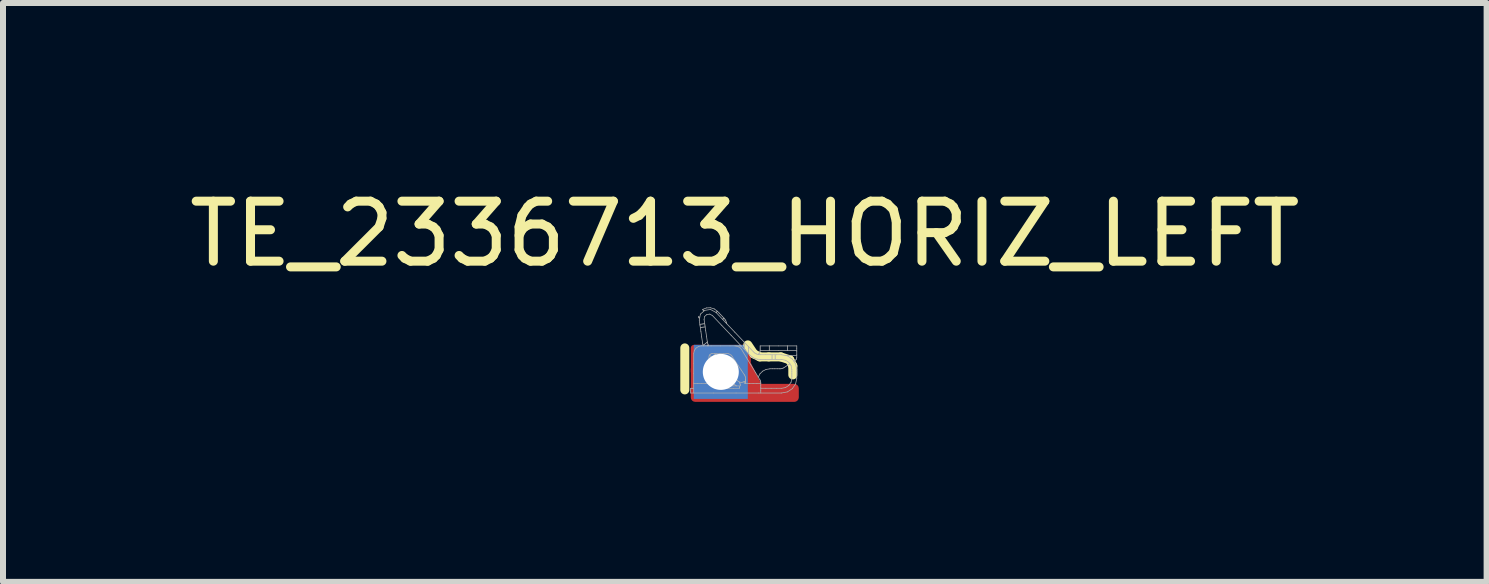
<source format=kicad_pcb>
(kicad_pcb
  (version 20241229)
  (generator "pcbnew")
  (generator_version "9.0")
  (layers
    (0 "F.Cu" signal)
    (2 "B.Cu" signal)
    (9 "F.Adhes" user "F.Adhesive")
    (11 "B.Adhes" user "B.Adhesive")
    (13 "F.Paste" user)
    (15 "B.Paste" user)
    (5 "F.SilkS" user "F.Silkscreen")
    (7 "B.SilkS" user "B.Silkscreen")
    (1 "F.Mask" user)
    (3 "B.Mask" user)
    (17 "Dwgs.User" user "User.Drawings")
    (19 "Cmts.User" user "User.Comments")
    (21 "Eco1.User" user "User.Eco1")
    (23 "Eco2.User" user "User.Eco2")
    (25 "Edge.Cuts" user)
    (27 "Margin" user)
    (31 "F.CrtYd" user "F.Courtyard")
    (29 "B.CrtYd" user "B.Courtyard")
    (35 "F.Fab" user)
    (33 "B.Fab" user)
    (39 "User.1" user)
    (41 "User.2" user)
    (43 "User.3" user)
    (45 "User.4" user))
  (footprint "TE_2336713_HORIZ_LEFT"
    (layer "F.Cu")
    (at 9.363 3.048)
    (property "Reference" "TE_2336713_HORIZ_LEFT" (at 0 -2.2 0) (layer "F.SilkS") (effects (font (size 1 1) (thickness 0.15))))
    (attr through_hole)
    (fp_line (start -1 -0.3) (end -1 0.4) (stroke (width 0.15) (type solid)) (layer "F.SilkS"))
    (fp_line (start 0.15 -0.2) (end 0.05 -0.35) (stroke (width 0.15) (type solid)) (layer "F.SilkS"))
    (fp_line (start 0.25 -0.15) (end 0.15 -0.2) (stroke (width 0.15) (type solid)) (layer "F.SilkS"))
    (fp_line (start 0.4 -0.15) (end 0.25 -0.15) (stroke (width 0.15) (type solid)) (layer "F.SilkS"))
    (fp_line (start 0.6 -0.15) (end 0.4 -0.15) (stroke (width 0.15) (type solid)) (layer "F.SilkS"))
    (fp_line (start 0.75 -0.1) (end 0.6 -0.15) (stroke (width 0.15) (type solid)) (layer "F.SilkS"))
    (fp_line (start 0.8 0) (end 0.75 -0.1) (stroke (width 0.15) (type solid)) (layer "F.SilkS"))
    (fp_line (start 0.8 0.15) (end 0.8 0) (stroke (width 0.15) (type solid)) (layer "F.SilkS"))
    (fp_line (start -0.903 0.373) (end -0.903 0.393) (stroke (width 0.012) (type solid)) (layer "F.Fab"))
    (fp_line (start -0.903 0.393) (end -0.903 0.413) (stroke (width 0.012) (type solid)) (layer "F.Fab"))
    (fp_line (start -0.903 0.413) (end -0.903 0.432) (stroke (width 0.012) (type solid)) (layer "F.Fab"))
    (fp_line (start -0.903 0.432) (end -0.903 0.452) (stroke (width 0.012) (type solid)) (layer "F.Fab"))
    (fp_line (start -0.89 0.373) (end -0.903 0.373) (stroke (width 0.012) (type solid)) (layer "F.Fab"))
    (fp_line (start -0.878 0.373) (end -0.89 0.373) (stroke (width 0.012) (type solid)) (layer "F.Fab"))
    (fp_line (start -0.865 0.373) (end -0.878 0.373) (stroke (width 0.012) (type solid)) (layer "F.Fab"))
    (fp_line (start -0.852 -0.041) (end -0.852 -0.206) (stroke (width 0.012) (type solid)) (layer "F.Fab"))
    (fp_line (start -0.852 0.123) (end -0.852 -0.041) (stroke (width 0.012) (type solid)) (layer "F.Fab"))
    (fp_line (start -0.852 0.287) (end -0.852 0.123) (stroke (width 0.012) (type solid)) (layer "F.Fab"))
    (fp_line (start -0.852 0.452) (end -0.852 0.287) (stroke (width 0.012) (type solid)) (layer "F.Fab"))
    (fp_line (start -0.852 0.294) (end -0.788 0.294) (stroke (width 0.012) (type solid)) (layer "F.Fab"))
    (fp_line (start -0.852 0.373) (end -0.865 0.373) (stroke (width 0.012) (type solid)) (layer "F.Fab"))
    (fp_line (start -0.852 -0.206) (end -0.842 -0.256) (stroke (width 0.012) (type solid)) (layer "F.Fab"))
    (fp_line (start -0.842 -0.256) (end -0.814 -0.296) (stroke (width 0.012) (type solid)) (layer "F.Fab"))
    (fp_line (start -0.814 -0.296) (end -0.771 -0.324) (stroke (width 0.012) (type solid)) (layer "F.Fab"))
    (fp_line (start -0.788 0.294) (end -0.724 0.294) (stroke (width 0.012) (type solid)) (layer "F.Fab"))
    (fp_line (start -0.771 -0.324) (end -0.72 -0.334) (stroke (width 0.012) (type solid)) (layer "F.Fab"))
    (fp_line (start -0.766 -0.821) (end -0.767 -0.825) (stroke (width 0.012) (type solid)) (layer "F.Fab"))
    (fp_line (start -0.766 -0.817) (end -0.766 -0.821) (stroke (width 0.012) (type solid)) (layer "F.Fab"))
    (fp_line (start -0.765 -0.814) (end -0.766 -0.817) (stroke (width 0.012) (type solid)) (layer "F.Fab"))
    (fp_line (start -0.764 -0.81) (end -0.765 -0.814) (stroke (width 0.012) (type solid)) (layer "F.Fab"))
    (fp_line (start -0.764 -0.806) (end -0.764 -0.81) (stroke (width 0.012) (type solid)) (layer "F.Fab"))
    (fp_line (start -0.763 -0.803) (end -0.764 -0.806) (stroke (width 0.012) (type solid)) (layer "F.Fab"))
    (fp_line (start -0.762 -0.799) (end -0.763 -0.803) (stroke (width 0.012) (type solid)) (layer "F.Fab"))
    (fp_line (start -0.76 -0.796) (end -0.762 -0.799) (stroke (width 0.012) (type solid)) (layer "F.Fab"))
    (fp_line (start -0.759 -0.763) (end -0.74 -0.863) (stroke (width 0.012) (type solid)) (layer "F.Fab"))
    (fp_line (start -0.746 -0.67) (end -0.759 -0.763) (stroke (width 0.012) (type solid)) (layer "F.Fab"))
    (fp_line (start -0.74 -0.863) (end -0.667 -0.926) (stroke (width 0.012) (type solid)) (layer "F.Fab"))
    (fp_line (start -0.732 -0.577) (end -0.746 -0.67) (stroke (width 0.012) (type solid)) (layer "F.Fab"))
    (fp_line (start -0.729 -0.695) (end -0.749 -0.692) (stroke (width 0.012) (type solid)) (layer "F.Fab"))
    (fp_line (start -0.724 0.294) (end -0.66 0.294) (stroke (width 0.012) (type solid)) (layer "F.Fab"))
    (fp_line (start -0.721 -0.642) (end -0.741 -0.639) (stroke (width 0.012) (type solid)) (layer "F.Fab"))
    (fp_line (start -0.72 -0.333) (end -0.562 -0.333) (stroke (width 0.012) (type solid)) (layer "F.Fab"))
    (fp_line (start -0.719 -0.483) (end -0.732 -0.577) (stroke (width 0.012) (type solid)) (layer "F.Fab"))
    (fp_line (start -0.709 -0.698) (end -0.729 -0.695) (stroke (width 0.012) (type solid)) (layer "F.Fab"))
    (fp_line (start -0.705 -0.39) (end -0.719 -0.483) (stroke (width 0.012) (type solid)) (layer "F.Fab"))
    (fp_line (start -0.703 -0.376) (end -0.705 -0.39) (stroke (width 0.012) (type solid)) (layer "F.Fab"))
    (fp_line (start -0.702 -0.942) (end -0.698 -0.935) (stroke (width 0.012) (type solid)) (layer "F.Fab"))
    (fp_line (start -0.702 -0.941) (end -0.639 -0.966) (stroke (width 0.012) (type solid)) (layer "F.Fab"))
    (fp_line (start -0.701 -0.645) (end -0.721 -0.642) (stroke (width 0.012) (type solid)) (layer "F.Fab"))
    (fp_line (start -0.699 -0.361) (end -0.703 -0.376) (stroke (width 0.012) (type solid)) (layer "F.Fab"))
    (fp_line (start -0.698 -0.935) (end -0.694 -0.929) (stroke (width 0.012) (type solid)) (layer "F.Fab"))
    (fp_line (start -0.695 -0.347) (end -0.699 -0.361) (stroke (width 0.012) (type solid)) (layer "F.Fab"))
    (fp_line (start -0.694 -0.929) (end -0.69 -0.923) (stroke (width 0.012) (type solid)) (layer "F.Fab"))
    (fp_line (start -0.691 -0.333) (end -0.695 -0.347) (stroke (width 0.012) (type solid)) (layer "F.Fab"))
    (fp_line (start -0.69 -0.923) (end -0.685 -0.917) (stroke (width 0.012) (type solid)) (layer "F.Fab"))
    (fp_line (start -0.689 -0.701) (end -0.709 -0.698) (stroke (width 0.012) (type solid)) (layer "F.Fab"))
    (fp_line (start -0.681 -0.647) (end -0.701 -0.645) (stroke (width 0.012) (type solid)) (layer "F.Fab"))
    (fp_line (start -0.679 -0.774) (end -0.669 -0.824) (stroke (width 0.012) (type solid)) (layer "F.Fab"))
    (fp_line (start -0.673 -0.359) (end -0.689 -0.347) (stroke (width 0.012) (type solid)) (layer "F.Fab"))
    (fp_line (start -0.669 -0.824) (end -0.633 -0.856) (stroke (width 0.012) (type solid)) (layer "F.Fab"))
    (fp_line (start -0.669 -0.703) (end -0.689 -0.701) (stroke (width 0.012) (type solid)) (layer "F.Fab"))
    (fp_line (start -0.667 -0.926) (end -0.571 -0.94) (stroke (width 0.012) (type solid)) (layer "F.Fab"))
    (fp_line (start -0.665 -0.681) (end -0.679 -0.774) (stroke (width 0.012) (type solid)) (layer "F.Fab"))
    (fp_line (start -0.661 -0.65) (end -0.681 -0.647) (stroke (width 0.012) (type solid)) (layer "F.Fab"))
    (fp_line (start -0.66 0.294) (end -0.596 0.294) (stroke (width 0.012) (type solid)) (layer "F.Fab"))
    (fp_line (start -0.656 -0.372) (end -0.673 -0.359) (stroke (width 0.012) (type solid)) (layer "F.Fab"))
    (fp_line (start -0.652 -0.587) (end -0.665 -0.681) (stroke (width 0.012) (type solid)) (layer "F.Fab"))
    (fp_line (start -0.64 -0.385) (end -0.656 -0.372) (stroke (width 0.012) (type solid)) (layer "F.Fab"))
    (fp_line (start -0.639 -0.966) (end -0.573 -0.969) (stroke (width 0.012) (type solid)) (layer "F.Fab"))
    (fp_line (start -0.638 -0.494) (end -0.652 -0.587) (stroke (width 0.012) (type solid)) (layer "F.Fab"))
    (fp_line (start -0.633 -0.856) (end -0.584 -0.863) (stroke (width 0.012) (type solid)) (layer "F.Fab"))
    (fp_line (start -0.626 -0.333) (end -0.622 -0.336) (stroke (width 0.012) (type solid)) (layer "F.Fab"))
    (fp_line (start -0.625 -0.401) (end -0.638 -0.494) (stroke (width 0.012) (type solid)) (layer "F.Fab"))
    (fp_line (start -0.624 -0.398) (end -0.64 -0.385) (stroke (width 0.012) (type solid)) (layer "F.Fab"))
    (fp_line (start -0.622 -0.336) (end -0.617 -0.34) (stroke (width 0.012) (type solid)) (layer "F.Fab"))
    (fp_line (start -0.621 -0.384) (end -0.625 -0.401) (stroke (width 0.012) (type solid)) (layer "F.Fab"))
    (fp_line (start -0.617 -0.34) (end -0.613 -0.343) (stroke (width 0.012) (type solid)) (layer "F.Fab"))
    (fp_line (start -0.616 -0.366) (end -0.621 -0.384) (stroke (width 0.012) (type solid)) (layer "F.Fab"))
    (fp_line (start -0.613 -0.343) (end -0.609 -0.346) (stroke (width 0.012) (type solid)) (layer "F.Fab"))
    (fp_line (start -0.61 -0.35) (end -0.616 -0.366) (stroke (width 0.012) (type solid)) (layer "F.Fab"))
    (fp_line (start -0.602 -0.333) (end -0.61 -0.35) (stroke (width 0.012) (type solid)) (layer "F.Fab"))
    (fp_line (start -0.598 -0.147) (end -0.598 -0.042) (stroke (width 0.012) (type solid)) (layer "F.Fab"))
    (fp_line (start -0.598 -0.042) (end -0.598 0.063) (stroke (width 0.012) (type solid)) (layer "F.Fab"))
    (fp_line (start -0.598 0.063) (end -0.598 0.167) (stroke (width 0.012) (type solid)) (layer "F.Fab"))
    (fp_line (start -0.598 0.167) (end -0.598 0.272) (stroke (width 0.012) (type solid)) (layer "F.Fab"))
    (fp_line (start -0.598 -0.147) (end -0.593 -0.17) (stroke (width 0.012) (type solid)) (layer "F.Fab"))
    (fp_line (start -0.598 0.277) (end -0.598 0.271) (stroke (width 0.012) (type solid)) (layer "F.Fab"))
    (fp_line (start -0.598 0.283) (end -0.598 0.277) (stroke (width 0.012) (type solid)) (layer "F.Fab"))
    (fp_line (start -0.597 0.289) (end -0.598 0.283) (stroke (width 0.012) (type solid)) (layer "F.Fab"))
    (fp_line (start -0.597 0.244) (end -0.598 0.226) (stroke (width 0.012) (type solid)) (layer "F.Fab"))
    (fp_line (start -0.596 0.294) (end -0.597 0.289) (stroke (width 0.012) (type solid)) (layer "F.Fab"))
    (fp_line (start -0.593 -0.17) (end -0.58 -0.189) (stroke (width 0.012) (type solid)) (layer "F.Fab"))
    (fp_line (start -0.593 0.262) (end -0.597 0.244) (stroke (width 0.012) (type solid)) (layer "F.Fab"))
    (fp_line (start -0.587 0.279) (end -0.593 0.262) (stroke (width 0.012) (type solid)) (layer "F.Fab"))
    (fp_line (start -0.584 -0.863) (end -0.538 -0.838) (stroke (width 0.012) (type solid)) (layer "F.Fab"))
    (fp_line (start -0.58 -0.189) (end -0.561 -0.202) (stroke (width 0.012) (type solid)) (layer "F.Fab"))
    (fp_line (start -0.578 0.294) (end -0.587 0.279) (stroke (width 0.012) (type solid)) (layer "F.Fab"))
    (fp_line (start -0.573 -0.969) (end -0.51 -0.95) (stroke (width 0.012) (type solid)) (layer "F.Fab"))
    (fp_line (start -0.571 -0.94) (end -0.478 -0.89) (stroke (width 0.012) (type solid)) (layer "F.Fab"))
    (fp_line (start -0.562 -0.333) (end -0.405 -0.333) (stroke (width 0.012) (type solid)) (layer "F.Fab"))
    (fp_line (start -0.561 -0.202) (end -0.537 -0.206) (stroke (width 0.012) (type solid)) (layer "F.Fab"))
    (fp_line (start -0.555 -0.144) (end -0.539 -0.156) (stroke (width 0.012) (type solid)) (layer "F.Fab"))
    (fp_line (start -0.539 -0.156) (end -0.523 -0.169) (stroke (width 0.012) (type solid)) (layer "F.Fab"))
    (fp_line (start -0.538 -0.837) (end -0.383 -0.673) (stroke (width 0.012) (type solid)) (layer "F.Fab"))
    (fp_line (start -0.524 0.452) (end -0.903 0.452) (stroke (width 0.012) (type solid)) (layer "F.Fab"))
    (fp_line (start -0.523 -0.169) (end -0.507 -0.181) (stroke (width 0.012) (type solid)) (layer "F.Fab"))
    (fp_line (start -0.51 -0.95) (end -0.456 -0.91) (stroke (width 0.012) (type solid)) (layer "F.Fab"))
    (fp_line (start -0.507 -0.181) (end -0.491 -0.193) (stroke (width 0.012) (type solid)) (layer "F.Fab"))
    (fp_line (start -0.497 0.334) (end -0.497 0.344) (stroke (width 0.012) (type solid)) (layer "F.Fab"))
    (fp_line (start -0.497 0.344) (end -0.497 0.354) (stroke (width 0.012) (type solid)) (layer "F.Fab"))
    (fp_line (start -0.497 0.354) (end -0.497 0.364) (stroke (width 0.012) (type solid)) (layer "F.Fab"))
    (fp_line (start -0.497 0.364) (end -0.497 0.374) (stroke (width 0.012) (type solid)) (layer "F.Fab"))
    (fp_line (start -0.497 0.334) (end -0.395 0.334) (stroke (width 0.012) (type solid)) (layer "F.Fab"))
    (fp_line (start -0.491 -0.067) (end -0.475 -0.08) (stroke (width 0.012) (type solid)) (layer "F.Fab"))
    (fp_line (start -0.486 -0.062) (end -0.586 -0.181) (stroke (width 0.012) (type solid)) (layer "F.Fab"))
    (fp_line (start -0.477 -0.205) (end -0.537 -0.205) (stroke (width 0.012) (type solid)) (layer "F.Fab"))
    (fp_line (start -0.475 -0.08) (end -0.459 -0.092) (stroke (width 0.012) (type solid)) (layer "F.Fab"))
    (fp_line (start -0.472 -0.895) (end -0.478 -0.89) (stroke (width 0.012) (type solid)) (layer "F.Fab"))
    (fp_line (start -0.467 -0.9) (end -0.472 -0.895) (stroke (width 0.012) (type solid)) (layer "F.Fab"))
    (fp_line (start -0.461 -0.905) (end -0.467 -0.9) (stroke (width 0.012) (type solid)) (layer "F.Fab"))
    (fp_line (start -0.459 -0.092) (end -0.443 -0.105) (stroke (width 0.012) (type solid)) (layer "F.Fab"))
    (fp_line (start -0.459 -0.029) (end -0.443 -0.042) (stroke (width 0.012) (type solid)) (layer "F.Fab"))
    (fp_line (start -0.456 -0.91) (end -0.461 -0.905) (stroke (width 0.012) (type solid)) (layer "F.Fab"))
    (fp_line (start -0.443 -0.105) (end -0.427 -0.117) (stroke (width 0.012) (type solid)) (layer "F.Fab"))
    (fp_line (start -0.443 -0.042) (end -0.427 -0.054) (stroke (width 0.012) (type solid)) (layer "F.Fab"))
    (fp_line (start -0.428 -0.881) (end -0.456 -0.91) (stroke (width 0.012) (type solid)) (layer "F.Fab"))
    (fp_line (start -0.427 -0.054) (end -0.411 -0.066) (stroke (width 0.012) (type solid)) (layer "F.Fab"))
    (fp_line (start -0.418 -0.205) (end -0.477 -0.205) (stroke (width 0.012) (type solid)) (layer "F.Fab"))
    (fp_line (start -0.411 -0.066) (end -0.395 -0.079) (stroke (width 0.012) (type solid)) (layer "F.Fab"))
    (fp_line (start -0.407 -0.092) (end -0.502 -0.205) (stroke (width 0.012) (type solid)) (layer "F.Fab"))
    (fp_line (start -0.405 -0.333) (end -0.247 -0.333) (stroke (width 0.012) (type solid)) (layer "F.Fab"))
    (fp_line (start -0.401 -0.853) (end -0.428 -0.881) (stroke (width 0.012) (type solid)) (layer "F.Fab"))
    (fp_line (start -0.4 0.04) (end -0.384 0.028) (stroke (width 0.012) (type solid)) (layer "F.Fab"))
    (fp_line (start -0.395 0.334) (end -0.293 0.334) (stroke (width 0.012) (type solid)) (layer "F.Fab"))
    (fp_line (start -0.395 0.373) (end -0.497 0.373) (stroke (width 0.012) (type solid)) (layer "F.Fab"))
    (fp_line (start -0.386 0.057) (end -0.486 -0.062) (stroke (width 0.012) (type solid)) (layer "F.Fab"))
    (fp_line (start -0.384 0.028) (end -0.368 0.016) (stroke (width 0.012) (type solid)) (layer "F.Fab"))
    (fp_line (start -0.383 -0.673) (end -0.227 -0.509) (stroke (width 0.012) (type solid)) (layer "F.Fab"))
    (fp_line (start -0.374 -0.824) (end -0.401 -0.853) (stroke (width 0.012) (type solid)) (layer "F.Fab"))
    (fp_line (start -0.368 0.016) (end -0.353 0.003) (stroke (width 0.012) (type solid)) (layer "F.Fab"))
    (fp_line (start -0.364 -0.781) (end -0.369 -0.776) (stroke (width 0.012) (type solid)) (layer "F.Fab"))
    (fp_line (start -0.358 -0.786) (end -0.364 -0.781) (stroke (width 0.012) (type solid)) (layer "F.Fab"))
    (fp_line (start -0.358 -0.205) (end -0.418 -0.205) (stroke (width 0.012) (type solid)) (layer "F.Fab"))
    (fp_line (start -0.353 0.003) (end -0.337 -0.009) (stroke (width 0.012) (type solid)) (layer "F.Fab"))
    (fp_line (start -0.352 -0.79) (end -0.358 -0.786) (stroke (width 0.012) (type solid)) (layer "F.Fab"))
    (fp_line (start -0.347 -0.795) (end -0.352 -0.79) (stroke (width 0.012) (type solid)) (layer "F.Fab"))
    (fp_line (start -0.347 -0.795) (end -0.374 -0.824) (stroke (width 0.012) (type solid)) (layer "F.Fab"))
    (fp_line (start -0.347 -0.795) (end -0.33 -0.775) (stroke (width 0.012) (type solid)) (layer "F.Fab"))
    (fp_line (start -0.33 -0.775) (end -0.317 -0.752) (stroke (width 0.012) (type solid)) (layer "F.Fab"))
    (fp_line (start -0.323 -0.726) (end -0.478 -0.89) (stroke (width 0.012) (type solid)) (layer "F.Fab"))
    (fp_line (start -0.317 -0.752) (end -0.307 -0.728) (stroke (width 0.012) (type solid)) (layer "F.Fab"))
    (fp_line (start -0.312 0.021) (end -0.407 -0.092) (stroke (width 0.012) (type solid)) (layer "F.Fab"))
    (fp_line (start -0.307 -0.728) (end -0.301 -0.703) (stroke (width 0.012) (type solid)) (layer "F.Fab"))
    (fp_line (start -0.298 -0.206) (end -0.273 -0.203) (stroke (width 0.012) (type solid)) (layer "F.Fab"))
    (fp_line (start -0.298 -0.205) (end -0.358 -0.205) (stroke (width 0.012) (type solid)) (layer "F.Fab"))
    (fp_line (start -0.293 0.334) (end -0.192 0.334) (stroke (width 0.012) (type solid)) (layer "F.Fab"))
    (fp_line (start -0.293 0.373) (end -0.395 0.373) (stroke (width 0.012) (type solid)) (layer "F.Fab"))
    (fp_line (start -0.286 0.176) (end -0.386 0.057) (stroke (width 0.012) (type solid)) (layer "F.Fab"))
    (fp_line (start -0.273 -0.203) (end -0.249 -0.194) (stroke (width 0.012) (type solid)) (layer "F.Fab"))
    (fp_line (start -0.249 -0.194) (end -0.229 -0.18) (stroke (width 0.012) (type solid)) (layer "F.Fab"))
    (fp_line (start -0.247 -0.333) (end -0.089 -0.333) (stroke (width 0.012) (type solid)) (layer "F.Fab"))
    (fp_line (start -0.229 -0.18) (end -0.212 -0.161) (stroke (width 0.012) (type solid)) (layer "F.Fab"))
    (fp_line (start -0.227 -0.509) (end -0.072 -0.345) (stroke (width 0.012) (type solid)) (layer "F.Fab"))
    (fp_line (start -0.217 0.133) (end -0.312 0.021) (stroke (width 0.012) (type solid)) (layer "F.Fab"))
    (fp_line (start -0.192 0.334) (end -0.09 0.334) (stroke (width 0.012) (type solid)) (layer "F.Fab"))
    (fp_line (start -0.192 0.373) (end -0.293 0.373) (stroke (width 0.012) (type solid)) (layer "F.Fab"))
    (fp_line (start -0.186 0.296) (end -0.286 0.176) (stroke (width 0.012) (type solid)) (layer "F.Fab"))
    (fp_line (start -0.175 0.307) (end -0.186 0.296) (stroke (width 0.012) (type solid)) (layer "F.Fab"))
    (fp_line (start -0.167 -0.562) (end -0.323 -0.726) (stroke (width 0.012) (type solid)) (layer "F.Fab"))
    (fp_line (start -0.166 -0.334) (end -0.131 -0.329) (stroke (width 0.012) (type solid)) (layer "F.Fab"))
    (fp_line (start -0.164 0.317) (end -0.175 0.307) (stroke (width 0.012) (type solid)) (layer "F.Fab"))
    (fp_line (start -0.162 -0.084) (end -0.212 -0.16) (stroke (width 0.012) (type solid)) (layer "F.Fab"))
    (fp_line (start -0.151 0.326) (end -0.164 0.317) (stroke (width 0.012) (type solid)) (layer "F.Fab"))
    (fp_line (start -0.146 0.452) (end -0.524 0.452) (stroke (width 0.012) (type solid)) (layer "F.Fab"))
    (fp_line (start -0.138 0.334) (end -0.151 0.326) (stroke (width 0.012) (type solid)) (layer "F.Fab"))
    (fp_line (start -0.131 -0.329) (end -0.1 -0.317) (stroke (width 0.012) (type solid)) (layer "F.Fab"))
    (fp_line (start -0.123 0.246) (end -0.217 0.133) (stroke (width 0.012) (type solid)) (layer "F.Fab"))
    (fp_line (start -0.111 -0.007) (end -0.162 -0.084) (stroke (width 0.012) (type solid)) (layer "F.Fab"))
    (fp_line (start -0.105 0.261) (end -0.123 0.246) (stroke (width 0.012) (type solid)) (layer "F.Fab"))
    (fp_line (start -0.1 -0.317) (end -0.073 -0.297) (stroke (width 0.012) (type solid)) (layer "F.Fab"))
    (fp_line (start -0.09 0.344) (end -0.09 0.334) (stroke (width 0.012) (type solid)) (layer "F.Fab"))
    (fp_line (start -0.09 0.354) (end -0.09 0.344) (stroke (width 0.012) (type solid)) (layer "F.Fab"))
    (fp_line (start -0.09 0.364) (end -0.09 0.354) (stroke (width 0.012) (type solid)) (layer "F.Fab"))
    (fp_line (start -0.09 0.374) (end -0.09 0.364) (stroke (width 0.012) (type solid)) (layer "F.Fab"))
    (fp_line (start -0.09 0.373) (end -0.192 0.373) (stroke (width 0.012) (type solid)) (layer "F.Fab"))
    (fp_line (start -0.089 -0.334) (end -0.081 -0.333) (stroke (width 0.012) (type solid)) (layer "F.Fab"))
    (fp_line (start -0.084 0.271) (end -0.105 0.261) (stroke (width 0.012) (type solid)) (layer "F.Fab"))
    (fp_line (start -0.083 0.286) (end -0.088 0.271) (stroke (width 0.012) (type solid)) (layer "F.Fab"))
    (fp_line (start -0.081 -0.333) (end -0.073 -0.333) (stroke (width 0.012) (type solid)) (layer "F.Fab"))
    (fp_line (start -0.079 0.302) (end -0.083 0.286) (stroke (width 0.012) (type solid)) (layer "F.Fab"))
    (fp_line (start -0.074 0.317) (end -0.079 0.302) (stroke (width 0.012) (type solid)) (layer "F.Fab"))
    (fp_line (start -0.073 -0.333) (end -0.065 -0.331) (stroke (width 0.012) (type solid)) (layer "F.Fab"))
    (fp_line (start -0.073 -0.297) (end -0.051 -0.27) (stroke (width 0.012) (type solid)) (layer "F.Fab"))
    (fp_line (start -0.072 -0.345) (end 0.083 -0.181) (stroke (width 0.012) (type solid)) (layer "F.Fab"))
    (fp_line (start -0.07 0.333) (end -0.074 0.317) (stroke (width 0.012) (type solid)) (layer "F.Fab"))
    (fp_line (start -0.065 -0.331) (end -0.057 -0.33) (stroke (width 0.012) (type solid)) (layer "F.Fab"))
    (fp_line (start -0.061 0.275) (end -0.084 0.271) (stroke (width 0.012) (type solid)) (layer "F.Fab"))
    (fp_line (start -0.06 0.069) (end -0.111 -0.007) (stroke (width 0.012) (type solid)) (layer "F.Fab"))
    (fp_line (start -0.052 -0.27) (end 0.024 -0.144) (stroke (width 0.012) (type solid)) (layer "F.Fab"))
    (fp_line (start -0.038 0.272) (end -0.061 0.275) (stroke (width 0.012) (type solid)) (layer "F.Fab"))
    (fp_line (start -0.026 0.268) (end -0.037 0.271) (stroke (width 0.012) (type solid)) (layer "F.Fab"))
    (fp_line (start -0.015 0.265) (end -0.026 0.268) (stroke (width 0.012) (type solid)) (layer "F.Fab"))
    (fp_line (start -0.012 -0.398) (end -0.167 -0.562) (stroke (width 0.012) (type solid)) (layer "F.Fab"))
    (fp_line (start -0.009 0.146) (end -0.06 0.069) (stroke (width 0.012) (type solid)) (layer "F.Fab"))
    (fp_line (start -0.009 0.145) (end 0.000053 0.161) (stroke (width 0.012) (type solid)) (layer "F.Fab"))
    (fp_line (start -0.006 -0.363) (end -0.006 -0.392) (stroke (width 0.012) (type solid)) (layer "F.Fab"))
    (fp_line (start -0.006 -0.333) (end -0.006 -0.363) (stroke (width 0.012) (type solid)) (layer "F.Fab"))
    (fp_line (start -0.006 -0.304) (end -0.006 -0.333) (stroke (width 0.012) (type solid)) (layer "F.Fab"))
    (fp_line (start -0.006 -0.275) (end -0.006 -0.304) (stroke (width 0.012) (type solid)) (layer "F.Fab"))
    (fp_line (start -0.004 0.262) (end -0.015 0.265) (stroke (width 0.012) (type solid)) (layer "F.Fab"))
    (fp_line (start 0.000053 0.161) (end 0.007 0.178) (stroke (width 0.012) (type solid)) (layer "F.Fab"))
    (fp_line (start 0.000193 0.279) (end -0.009 0.294) (stroke (width 0.012) (type solid)) (layer "F.Fab"))
    (fp_line (start 0.007 0.262) (end 0.000193 0.279) (stroke (width 0.012) (type solid)) (layer "F.Fab"))
    (fp_line (start 0.007 0.178) (end 0.011 0.196) (stroke (width 0.012) (type solid)) (layer "F.Fab"))
    (fp_line (start 0.007 0.259) (end -0.004 0.262) (stroke (width 0.012) (type solid)) (layer "F.Fab"))
    (fp_line (start 0.01 0.294) (end 0.074 0.294) (stroke (width 0.012) (type solid)) (layer "F.Fab"))
    (fp_line (start 0.01 0.244) (end 0.007 0.262) (stroke (width 0.012) (type solid)) (layer "F.Fab"))
    (fp_line (start 0.011 0.196) (end 0.012 0.214) (stroke (width 0.012) (type solid)) (layer "F.Fab"))
    (fp_line (start 0.011 0.289) (end 0.01 0.294) (stroke (width 0.012) (type solid)) (layer "F.Fab"))
    (fp_line (start 0.011 0.283) (end 0.011 0.289) (stroke (width 0.012) (type solid)) (layer "F.Fab"))
    (fp_line (start 0.012 0.277) (end 0.011 0.283) (stroke (width 0.012) (type solid)) (layer "F.Fab"))
    (fp_line (start 0.012 0.271) (end 0.012 0.277) (stroke (width 0.012) (type solid)) (layer "F.Fab"))
    (fp_line (start 0.012 0.226) (end 0.01 0.244) (stroke (width 0.012) (type solid)) (layer "F.Fab"))
    (fp_line (start 0.012 0.229) (end 0.012 0.215) (stroke (width 0.012) (type solid)) (layer "F.Fab"))
    (fp_line (start 0.012 0.243) (end 0.012 0.229) (stroke (width 0.012) (type solid)) (layer "F.Fab"))
    (fp_line (start 0.012 0.258) (end 0.012 0.243) (stroke (width 0.012) (type solid)) (layer "F.Fab"))
    (fp_line (start 0.012 0.272) (end 0.012 0.258) (stroke (width 0.012) (type solid)) (layer "F.Fab"))
    (fp_line (start 0.024 -0.144) (end 0.1 -0.018) (stroke (width 0.012) (type solid)) (layer "F.Fab"))
    (fp_line (start 0.063 -0.29) (end 0.063 -0.319) (stroke (width 0.012) (type solid)) (layer "F.Fab"))
    (fp_line (start 0.063 -0.26) (end 0.063 -0.29) (stroke (width 0.012) (type solid)) (layer "F.Fab"))
    (fp_line (start 0.063 -0.231) (end 0.063 -0.26) (stroke (width 0.012) (type solid)) (layer "F.Fab"))
    (fp_line (start 0.063 -0.202) (end 0.063 -0.231) (stroke (width 0.012) (type solid)) (layer "F.Fab"))
    (fp_line (start 0.074 0.294) (end 0.138 0.294) (stroke (width 0.012) (type solid)) (layer "F.Fab"))
    (fp_line (start 0.1 -0.018) (end 0.176 0.107) (stroke (width 0.012) (type solid)) (layer "F.Fab"))
    (fp_line (start 0.12 -0.15) (end 0.083 -0.181) (stroke (width 0.012) (type solid)) (layer "F.Fab"))
    (fp_line (start 0.138 0.294) (end 0.202 0.294) (stroke (width 0.012) (type solid)) (layer "F.Fab"))
    (fp_line (start 0.143 -0.234) (end -0.012 -0.398) (stroke (width 0.012) (type solid)) (layer "F.Fab"))
    (fp_line (start 0.161 -0.127) (end 0.12 -0.15) (stroke (width 0.012) (type solid)) (layer "F.Fab"))
    (fp_line (start 0.167 -0.214) (end 0.143 -0.235) (stroke (width 0.012) (type solid)) (layer "F.Fab"))
    (fp_line (start 0.176 0.107) (end 0.252 0.233) (stroke (width 0.012) (type solid)) (layer "F.Fab"))
    (fp_line (start 0.194 -0.199) (end 0.167 -0.214) (stroke (width 0.012) (type solid)) (layer "F.Fab"))
    (fp_line (start 0.202 0.294) (end 0.266 0.294) (stroke (width 0.012) (type solid)) (layer "F.Fab"))
    (fp_line (start 0.207 -0.112) (end 0.161 -0.127) (stroke (width 0.012) (type solid)) (layer "F.Fab"))
    (fp_line (start 0.224 -0.19) (end 0.194 -0.199) (stroke (width 0.012) (type solid)) (layer "F.Fab"))
    (fp_line (start 0.224 0.188) (end 0.253 0.131) (stroke (width 0.012) (type solid)) (layer "F.Fab"))
    (fp_line (start 0.233 0.452) (end -0.146 0.452) (stroke (width 0.012) (type solid)) (layer "F.Fab"))
    (fp_line (start 0.236 -0.203) (end 0.221 -0.191) (stroke (width 0.012) (type solid)) (layer "F.Fab"))
    (fp_line (start 0.247 -0.219) (end 0.236 -0.203) (stroke (width 0.012) (type solid)) (layer "F.Fab"))
    (fp_line (start 0.252 0.232) (end 0.258 0.244) (stroke (width 0.012) (type solid)) (layer "F.Fab"))
    (fp_line (start 0.253 0.131) (end 0.298 0.088) (stroke (width 0.012) (type solid)) (layer "F.Fab"))
    (fp_line (start 0.253 -0.236) (end 0.247 -0.219) (stroke (width 0.012) (type solid)) (layer "F.Fab"))
    (fp_line (start 0.256 -0.108) (end 0.207 -0.112) (stroke (width 0.012) (type solid)) (layer "F.Fab"))
    (fp_line (start 0.256 -0.255) (end 0.253 -0.236) (stroke (width 0.012) (type solid)) (layer "F.Fab"))
    (fp_line (start 0.256 -0.334) (end 0.256 -0.314) (stroke (width 0.012) (type solid)) (layer "F.Fab"))
    (fp_line (start 0.256 -0.314) (end 0.256 -0.295) (stroke (width 0.012) (type solid)) (layer "F.Fab"))
    (fp_line (start 0.256 -0.295) (end 0.256 -0.275) (stroke (width 0.012) (type solid)) (layer "F.Fab"))
    (fp_line (start 0.256 -0.275) (end 0.256 -0.255) (stroke (width 0.012) (type solid)) (layer "F.Fab"))
    (fp_line (start 0.256 -0.186) (end 0.224 -0.19) (stroke (width 0.012) (type solid)) (layer "F.Fab"))
    (fp_line (start 0.258 0.244) (end 0.262 0.256) (stroke (width 0.012) (type solid)) (layer "F.Fab"))
    (fp_line (start 0.262 0.256) (end 0.265 0.269) (stroke (width 0.012) (type solid)) (layer "F.Fab"))
    (fp_line (start 0.265 0.269) (end 0.266 0.282) (stroke (width 0.012) (type solid)) (layer "F.Fab"))
    (fp_line (start 0.266 0.373) (end 0.352 0.373) (stroke (width 0.012) (type solid)) (layer "F.Fab"))
    (fp_line (start 0.266 0.324) (end 0.266 0.281) (stroke (width 0.012) (type solid)) (layer "F.Fab"))
    (fp_line (start 0.266 0.366) (end 0.266 0.324) (stroke (width 0.012) (type solid)) (layer "F.Fab"))
    (fp_line (start 0.266 0.409) (end 0.266 0.366) (stroke (width 0.012) (type solid)) (layer "F.Fab"))
    (fp_line (start 0.266 0.451) (end 0.266 0.409) (stroke (width 0.012) (type solid)) (layer "F.Fab"))
    (fp_line (start 0.298 0.088) (end 0.354 0.059) (stroke (width 0.012) (type solid)) (layer "F.Fab"))
    (fp_line (start 0.345 -0.186) (end 0.256 -0.186) (stroke (width 0.012) (type solid)) (layer "F.Fab"))
    (fp_line (start 0.345 -0.108) (end 0.256 -0.108) (stroke (width 0.012) (type solid)) (layer "F.Fab"))
    (fp_line (start 0.352 0.373) (end 0.439 0.373) (stroke (width 0.012) (type solid)) (layer "F.Fab"))
    (fp_line (start 0.354 0.059) (end 0.418 0.049) (stroke (width 0.012) (type solid)) (layer "F.Fab"))
    (fp_line (start 0.408 -0.333) (end 0.256 -0.333) (stroke (width 0.012) (type solid)) (layer "F.Fab"))
    (fp_line (start 0.408 -0.335) (end 0.408 -0.315) (stroke (width 0.012) (type solid)) (layer "F.Fab"))
    (fp_line (start 0.408 -0.315) (end 0.408 -0.296) (stroke (width 0.012) (type solid)) (layer "F.Fab"))
    (fp_line (start 0.408 -0.296) (end 0.408 -0.276) (stroke (width 0.012) (type solid)) (layer "F.Fab"))
    (fp_line (start 0.408 -0.276) (end 0.408 -0.256) (stroke (width 0.012) (type solid)) (layer "F.Fab"))
    (fp_line (start 0.408 -0.254) (end 0.256 -0.254) (stroke (width 0.012) (type solid)) (layer "F.Fab"))
    (fp_line (start 0.418 0.048) (end 0.459 0.048) (stroke (width 0.012) (type solid)) (layer "F.Fab"))
    (fp_line (start 0.434 -0.186) (end 0.345 -0.186) (stroke (width 0.012) (type solid)) (layer "F.Fab"))
    (fp_line (start 0.434 -0.108) (end 0.345 -0.108) (stroke (width 0.012) (type solid)) (layer "F.Fab"))
    (fp_line (start 0.439 0.373) (end 0.525 0.373) (stroke (width 0.012) (type solid)) (layer "F.Fab"))
    (fp_line (start 0.454 -0.168) (end 0.454 -0.187) (stroke (width 0.012) (type solid)) (layer "F.Fab"))
    (fp_line (start 0.454 -0.148) (end 0.454 -0.168) (stroke (width 0.012) (type solid)) (layer "F.Fab"))
    (fp_line (start 0.454 -0.128) (end 0.454 -0.148) (stroke (width 0.012) (type solid)) (layer "F.Fab"))
    (fp_line (start 0.454 -0.109) (end 0.454 -0.128) (stroke (width 0.012) (type solid)) (layer "F.Fab"))
    (fp_line (start 0.459 0.048) (end 0.5 0.048) (stroke (width 0.012) (type solid)) (layer "F.Fab"))
    (fp_line (start 0.5 0.048) (end 0.541 0.048) (stroke (width 0.012) (type solid)) (layer "F.Fab"))
    (fp_line (start 0.506 -0.168) (end 0.506 -0.187) (stroke (width 0.012) (type solid)) (layer "F.Fab"))
    (fp_line (start 0.506 -0.148) (end 0.506 -0.168) (stroke (width 0.012) (type solid)) (layer "F.Fab"))
    (fp_line (start 0.506 -0.128) (end 0.506 -0.148) (stroke (width 0.012) (type solid)) (layer "F.Fab"))
    (fp_line (start 0.506 -0.109) (end 0.506 -0.128) (stroke (width 0.012) (type solid)) (layer "F.Fab"))
    (fp_line (start 0.523 -0.186) (end 0.434 -0.186) (stroke (width 0.012) (type solid)) (layer "F.Fab"))
    (fp_line (start 0.523 -0.108) (end 0.434 -0.108) (stroke (width 0.012) (type solid)) (layer "F.Fab"))
    (fp_line (start 0.525 0.373) (end 0.612 0.373) (stroke (width 0.012) (type solid)) (layer "F.Fab"))
    (fp_line (start 0.541 0.048) (end 0.582 0.048) (stroke (width 0.012) (type solid)) (layer "F.Fab"))
    (fp_line (start 0.561 -0.333) (end 0.408 -0.333) (stroke (width 0.012) (type solid)) (layer "F.Fab"))
    (fp_line (start 0.561 -0.254) (end 0.408 -0.254) (stroke (width 0.012) (type solid)) (layer "F.Fab"))
    (fp_line (start 0.601 0.048) (end 0.582 0.049) (stroke (width 0.012) (type solid)) (layer "F.Fab"))
    (fp_line (start 0.612 -0.186) (end 0.711 -0.167) (stroke (width 0.012) (type solid)) (layer "F.Fab"))
    (fp_line (start 0.612 -0.186) (end 0.523 -0.186) (stroke (width 0.012) (type solid)) (layer "F.Fab"))
    (fp_line (start 0.612 -0.108) (end 0.523 -0.108) (stroke (width 0.012) (type solid)) (layer "F.Fab"))
    (fp_line (start 0.612 0.452) (end 0.233 0.452) (stroke (width 0.012) (type solid)) (layer "F.Fab"))
    (fp_line (start 0.612 -0.107) (end 0.679 -0.094) (stroke (width 0.012) (type solid)) (layer "F.Fab"))
    (fp_line (start 0.62 0.044) (end 0.601 0.048) (stroke (width 0.012) (type solid)) (layer "F.Fab"))
    (fp_line (start 0.638 0.037) (end 0.62 0.044) (stroke (width 0.012) (type solid)) (layer "F.Fab"))
    (fp_line (start 0.655 0.028) (end 0.68 0.012) (stroke (width 0.012) (type solid)) (layer "F.Fab"))
    (fp_line (start 0.655 0.028) (end 0.638 0.037) (stroke (width 0.012) (type solid)) (layer "F.Fab"))
    (fp_line (start 0.679 -0.094) (end 0.734 -0.058) (stroke (width 0.012) (type solid)) (layer "F.Fab"))
    (fp_line (start 0.679 0.361) (end 0.612 0.374) (stroke (width 0.012) (type solid)) (layer "F.Fab"))
    (fp_line (start 0.68 0.012) (end 0.704 -0.004) (stroke (width 0.012) (type solid)) (layer "F.Fab"))
    (fp_line (start 0.704 -0.004) (end 0.729 -0.02) (stroke (width 0.012) (type solid)) (layer "F.Fab"))
    (fp_line (start 0.711 -0.167) (end 0.791 -0.114) (stroke (width 0.012) (type solid)) (layer "F.Fab"))
    (fp_line (start 0.711 0.433) (end 0.612 0.452) (stroke (width 0.012) (type solid)) (layer "F.Fab"))
    (fp_line (start 0.713 -0.333) (end 0.561 -0.333) (stroke (width 0.012) (type solid)) (layer "F.Fab"))
    (fp_line (start 0.713 -0.314) (end 0.713 -0.333) (stroke (width 0.012) (type solid)) (layer "F.Fab"))
    (fp_line (start 0.713 -0.294) (end 0.713 -0.314) (stroke (width 0.012) (type solid)) (layer "F.Fab"))
    (fp_line (start 0.713 -0.275) (end 0.713 -0.294) (stroke (width 0.012) (type solid)) (layer "F.Fab"))
    (fp_line (start 0.713 -0.255) (end 0.713 -0.275) (stroke (width 0.012) (type solid)) (layer "F.Fab"))
    (fp_line (start 0.713 -0.254) (end 0.561 -0.254) (stroke (width 0.012) (type solid)) (layer "F.Fab"))
    (fp_line (start 0.728 -0.176) (end 0.682 -0.176) (stroke (width 0.012) (type solid)) (layer "F.Fab"))
    (fp_line (start 0.729 -0.02) (end 0.754 -0.035) (stroke (width 0.012) (type solid)) (layer "F.Fab"))
    (fp_line (start 0.734 -0.058) (end 0.771 -0.005) (stroke (width 0.012) (type solid)) (layer "F.Fab"))
    (fp_line (start 0.734 0.325) (end 0.679 0.361) (stroke (width 0.012) (type solid)) (layer "F.Fab"))
    (fp_line (start 0.771 -0.005) (end 0.784 0.06) (stroke (width 0.012) (type solid)) (layer "F.Fab"))
    (fp_line (start 0.771 0.272) (end 0.734 0.325) (stroke (width 0.012) (type solid)) (layer "F.Fab"))
    (fp_line (start 0.774 -0.176) (end 0.728 -0.176) (stroke (width 0.012) (type solid)) (layer "F.Fab"))
    (fp_line (start 0.784 0.096) (end 0.784 0.059) (stroke (width 0.012) (type solid)) (layer "F.Fab"))
    (fp_line (start 0.784 0.133) (end 0.784 0.096) (stroke (width 0.012) (type solid)) (layer "F.Fab"))
    (fp_line (start 0.784 0.169) (end 0.784 0.133) (stroke (width 0.012) (type solid)) (layer "F.Fab"))
    (fp_line (start 0.784 0.206) (end 0.784 0.169) (stroke (width 0.012) (type solid)) (layer "F.Fab"))
    (fp_line (start 0.784 0.207) (end 0.771 0.272) (stroke (width 0.012) (type solid)) (layer "F.Fab"))
    (fp_line (start 0.791 -0.114) (end 0.846 -0.036) (stroke (width 0.012) (type solid)) (layer "F.Fab"))
    (fp_line (start 0.791 0.38) (end 0.711 0.433) (stroke (width 0.012) (type solid)) (layer "F.Fab"))
    (fp_line (start 0.82 -0.176) (end 0.774 -0.176) (stroke (width 0.012) (type solid)) (layer "F.Fab"))
    (fp_line (start 0.821 -0.079) (end 0.825 -0.082) (stroke (width 0.012) (type solid)) (layer "F.Fab"))
    (fp_line (start 0.825 -0.082) (end 0.83 -0.085) (stroke (width 0.012) (type solid)) (layer "F.Fab"))
    (fp_line (start 0.83 -0.085) (end 0.834 -0.087) (stroke (width 0.012) (type solid)) (layer "F.Fab"))
    (fp_line (start 0.834 -0.087) (end 0.839 -0.09) (stroke (width 0.012) (type solid)) (layer "F.Fab"))
    (fp_line (start 0.846 -0.036) (end 0.866 0.059) (stroke (width 0.012) (type solid)) (layer "F.Fab"))
    (fp_line (start 0.846 0.302) (end 0.791 0.38) (stroke (width 0.012) (type solid)) (layer "F.Fab"))
    (fp_line (start 0.85 -0.1) (end 0.839 -0.091) (stroke (width 0.012) (type solid)) (layer "F.Fab"))
    (fp_line (start 0.859 -0.112) (end 0.85 -0.1) (stroke (width 0.012) (type solid)) (layer "F.Fab"))
    (fp_line (start 0.864 -0.125) (end 0.859 -0.112) (stroke (width 0.012) (type solid)) (layer "F.Fab"))
    (fp_line (start 0.866 -0.333) (end 0.713 -0.333) (stroke (width 0.012) (type solid)) (layer "F.Fab"))
    (fp_line (start 0.866 -0.14) (end 0.864 -0.125) (stroke (width 0.012) (type solid)) (layer "F.Fab"))
    (fp_line (start 0.866 0.207) (end 0.846 0.302) (stroke (width 0.012) (type solid)) (layer "F.Fab"))
    (fp_line (start 0.866 -0.285) (end 0.866 -0.333) (stroke (width 0.012) (type solid)) (layer "F.Fab"))
    (fp_line (start 0.866 -0.254) (end 0.713 -0.254) (stroke (width 0.012) (type solid)) (layer "F.Fab"))
    (fp_line (start 0.866 -0.236) (end 0.866 -0.285) (stroke (width 0.012) (type solid)) (layer "F.Fab"))
    (fp_line (start 0.866 -0.188) (end 0.866 -0.236) (stroke (width 0.012) (type solid)) (layer "F.Fab"))
    (fp_line (start 0.866 -0.176) (end 0.82 -0.176) (stroke (width 0.012) (type solid)) (layer "F.Fab"))
    (fp_line (start 0.866 -0.139) (end 0.866 -0.188) (stroke (width 0.012) (type solid)) (layer "F.Fab"))
    (fp_line (start 0.866 0.059) (end 0.866 0.096) (stroke (width 0.012) (type solid)) (layer "F.Fab"))
    (fp_line (start 0.866 0.096) (end 0.866 0.133) (stroke (width 0.012) (type solid)) (layer "F.Fab"))
    (fp_line (start 0.866 0.133) (end 0.866 0.169) (stroke (width 0.012) (type solid)) (layer "F.Fab"))
    (fp_line (start 0.866 0.169) (end 0.866 0.206) (stroke (width 0.012) (type solid)) (layer "F.Fab"))
    (pad "1" smd roundrect (at -0.8 -0.1) (size 0.2 0.5) (layers "F.Cu" "F.Mask" "F.Paste") (roundrect_rratio 0.25))
    (pad "1" smd roundrect (at -0.8 0.25) (size 0.2 0.5) (layers "F.Cu" "F.Mask") (roundrect_rratio 0.25))
    (pad "1" thru_hole rect (at -0.4 0.1) (size 0.9 0.9) (drill 0.6) (layers "*.Cu" "*.Mask"))
    (pad "1" smd roundrect (at 0 -0.1) (size 0.2 0.5) (layers "F.Cu" "F.Mask" "F.Paste") (roundrect_rratio 0.25))
    (pad "1" smd roundrect (at 0 0.45) (size 1.8 0.3) (layers "F.Cu" "F.Mask" "F.Paste") (roundrect_rratio 0.25))
    (pad "1" smd trapezoid (at 0.05 0.15) (size 0.3 0.4) (rect_delta 0 0.2) (layers "F.Cu" "F.Mask")))
  (gr_rect
    (start -3 -3)
    (end 21.726 6.648)
    (stroke (width 0.1) (type default))
    (fill no)
    (layer "Edge.Cuts")))
</source>
